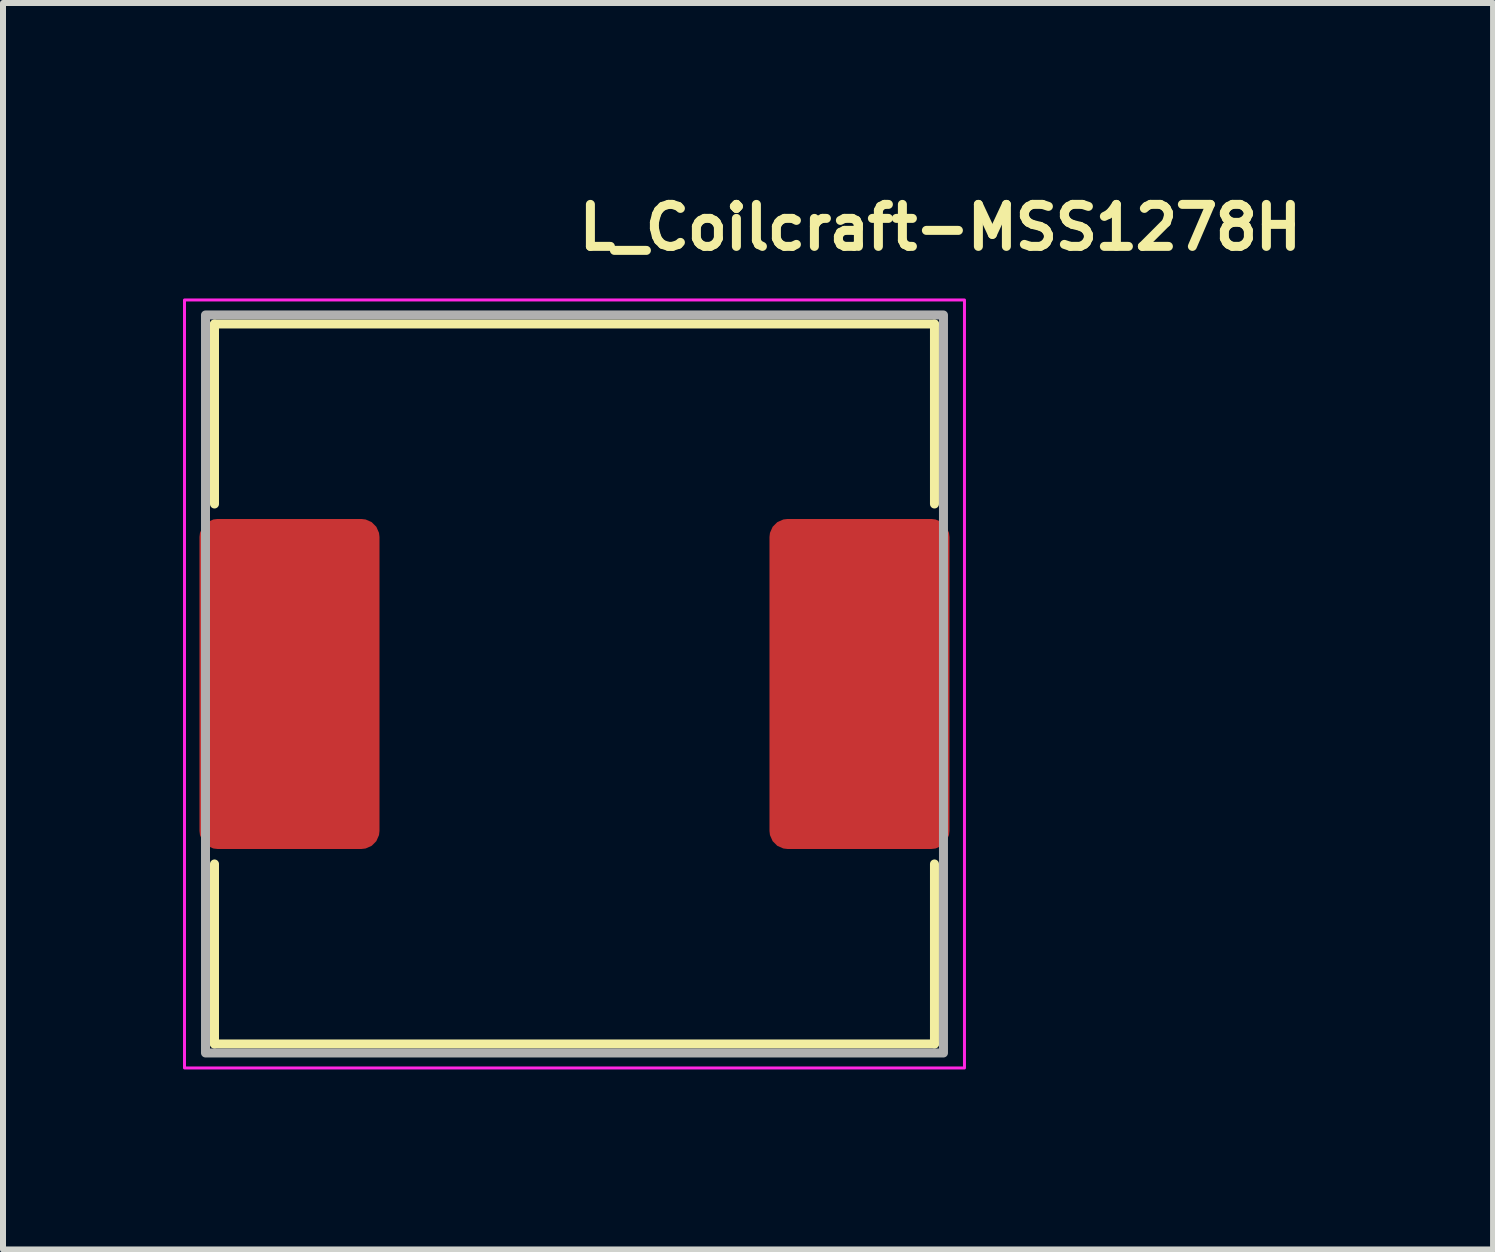
<source format=kicad_pcb>
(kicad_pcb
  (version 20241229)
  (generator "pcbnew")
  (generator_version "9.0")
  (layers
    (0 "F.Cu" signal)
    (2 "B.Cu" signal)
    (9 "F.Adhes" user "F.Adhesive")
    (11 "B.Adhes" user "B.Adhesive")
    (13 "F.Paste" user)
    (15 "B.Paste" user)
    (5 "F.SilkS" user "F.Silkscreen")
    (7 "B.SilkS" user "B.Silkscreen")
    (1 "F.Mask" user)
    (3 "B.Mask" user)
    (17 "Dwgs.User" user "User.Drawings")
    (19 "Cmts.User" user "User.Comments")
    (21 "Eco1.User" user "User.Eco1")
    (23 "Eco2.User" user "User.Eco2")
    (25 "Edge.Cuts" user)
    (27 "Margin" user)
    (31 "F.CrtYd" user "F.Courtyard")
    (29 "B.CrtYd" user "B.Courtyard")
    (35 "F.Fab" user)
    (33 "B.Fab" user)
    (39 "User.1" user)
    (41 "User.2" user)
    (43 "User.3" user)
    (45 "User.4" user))
  (footprint "L_Coilcraft-MSS1278H"
    (layer "F.Cu")
    (at 6.525 8.35)
    (property "Reference" "L_Coilcraft-MSS1278H" (at 0 -7.2 0) (layer "F.SilkS") (effects (font (size 0.7 0.7) (thickness 0.15)) (justify left bottom)))
    (attr smd)
    (fp_line (start -6 -6) (end 6 -6) (stroke (width 0.15) (type solid)) (layer "F.SilkS"))
    (fp_line (start -6 -3) (end -6 -6) (stroke (width 0.15) (type solid)) (layer "F.SilkS"))
    (fp_line (start -6 3) (end -6 6) (stroke (width 0.15) (type solid)) (layer "F.SilkS"))
    (fp_line (start 6 -3) (end 6 -6) (stroke (width 0.15) (type solid)) (layer "F.SilkS"))
    (fp_line (start 6 3) (end 6 6) (stroke (width 0.15) (type solid)) (layer "F.SilkS"))
    (fp_line (start 6 6) (end -6 6) (stroke (width 0.15) (type solid)) (layer "F.SilkS"))
    (fp_rect (start -6.5 -6.4) (end 6.5 6.4) (stroke (width 0.05) (type solid)) (fill no) (layer "F.CrtYd"))
    (fp_rect (start -6.15 -6.15) (end 6.15 6.15) (stroke (width 0.15) (type solid)) (fill no) (layer "F.Fab"))
    (fp_rect (start -6.15 -6.15) (end 6.15 6.15) (stroke (width 0.1) (type solid)) (fill no) (layer "User.5"))
    (fp_line (start -6.15 -3.65) (end -6.15 3.65) (stroke (width 0.02) (type solid)) (layer "User.9"))
    (fp_line (start -6.15 3.65) (end -6.146 3.773) (stroke (width 0.02) (type solid)) (layer "User.9"))
    (fp_line (start -6.146 -3.773) (end -6.15 -3.65) (stroke (width 0.02) (type solid)) (layer "User.9"))
    (fp_line (start -6.146 3.773) (end -6.136 3.896) (stroke (width 0.02) (type solid)) (layer "User.9"))
    (fp_line (start -6.136 -3.896) (end -6.146 -3.773) (stroke (width 0.02) (type solid)) (layer "User.9"))
    (fp_line (start -6.136 3.896) (end -6.122 4.019) (stroke (width 0.02) (type solid)) (layer "User.9"))
    (fp_line (start -6.122 -4.019) (end -6.136 -3.896) (stroke (width 0.02) (type solid)) (layer "User.9"))
    (fp_line (start -6.122 4.019) (end -6.101 4.14) (stroke (width 0.02) (type solid)) (layer "User.9"))
    (fp_line (start -6.101 -4.14) (end -6.122 -4.019) (stroke (width 0.02) (type solid)) (layer "User.9"))
    (fp_line (start -6.101 4.14) (end -6.074 4.259) (stroke (width 0.02) (type solid)) (layer "User.9"))
    (fp_line (start -6.074 -4.259) (end -6.101 -4.14) (stroke (width 0.02) (type solid)) (layer "User.9"))
    (fp_line (start -6.074 4.259) (end -6.041 4.377) (stroke (width 0.02) (type solid)) (layer "User.9"))
    (fp_line (start -6.041 -4.377) (end -6.074 -4.259) (stroke (width 0.02) (type solid)) (layer "User.9"))
    (fp_line (start -6.041 4.377) (end -6.003 4.492) (stroke (width 0.02) (type solid)) (layer "User.9"))
    (fp_line (start -6.003 -4.492) (end -6.041 -4.377) (stroke (width 0.02) (type solid)) (layer "User.9"))
    (fp_line (start -6.003 4.492) (end -5.958 4.606) (stroke (width 0.02) (type solid)) (layer "User.9"))
    (fp_line (start -5.958 -4.606) (end -6.003 -4.492) (stroke (width 0.02) (type solid)) (layer "User.9"))
    (fp_line (start -5.958 4.606) (end -5.91 4.718) (stroke (width 0.02) (type solid)) (layer "User.9"))
    (fp_line (start -5.91 -4.718) (end -5.958 -4.606) (stroke (width 0.02) (type solid)) (layer "User.9"))
    (fp_line (start -5.91 4.718) (end -5.855 4.827) (stroke (width 0.02) (type solid)) (layer "User.9"))
    (fp_line (start -5.855 -4.827) (end -5.91 -4.718) (stroke (width 0.02) (type solid)) (layer "User.9"))
    (fp_line (start -5.855 4.827) (end -5.795 4.933) (stroke (width 0.02) (type solid)) (layer "User.9"))
    (fp_line (start -5.795 -4.933) (end -5.855 -4.827) (stroke (width 0.02) (type solid)) (layer "User.9"))
    (fp_line (start -5.795 4.933) (end -5.729 5.037) (stroke (width 0.02) (type solid)) (layer "User.9"))
    (fp_line (start -5.729 -5.037) (end -5.795 -4.933) (stroke (width 0.02) (type solid)) (layer "User.9"))
    (fp_line (start -5.729 5.037) (end -5.659 5.136) (stroke (width 0.02) (type solid)) (layer "User.9"))
    (fp_line (start -5.659 -5.136) (end -5.729 -5.037) (stroke (width 0.02) (type solid)) (layer "User.9"))
    (fp_line (start -5.659 5.136) (end -5.583 5.234) (stroke (width 0.02) (type solid)) (layer "User.9"))
    (fp_line (start -5.583 -5.234) (end -5.659 -5.136) (stroke (width 0.02) (type solid)) (layer "User.9"))
    (fp_line (start -5.583 5.234) (end -5.503 5.327) (stroke (width 0.02) (type solid)) (layer "User.9"))
    (fp_line (start -5.503 -5.327) (end -5.583 -5.234) (stroke (width 0.02) (type solid)) (layer "User.9"))
    (fp_line (start -5.503 5.327) (end -5.417 5.417) (stroke (width 0.02) (type solid)) (layer "User.9"))
    (fp_line (start -5.417 -5.417) (end -5.503 -5.327) (stroke (width 0.02) (type solid)) (layer "User.9"))
    (fp_line (start -5.417 -5.417) (end -5.417 -5.417) (stroke (width 0.02) (type solid)) (layer "User.9"))
    (fp_line (start -5.417 5.417) (end -5.417 5.417) (stroke (width 0.02) (type solid)) (layer "User.9"))
    (fp_line (start -5.417 5.417) (end -5.327 5.503) (stroke (width 0.02) (type solid)) (layer "User.9"))
    (fp_line (start -5.327 -5.503) (end -5.417 -5.417) (stroke (width 0.02) (type solid)) (layer "User.9"))
    (fp_line (start -5.327 5.503) (end -5.234 5.583) (stroke (width 0.02) (type solid)) (layer "User.9"))
    (fp_line (start -5.234 -5.583) (end -5.327 -5.503) (stroke (width 0.02) (type solid)) (layer "User.9"))
    (fp_line (start -5.234 5.583) (end -5.136 5.659) (stroke (width 0.02) (type solid)) (layer "User.9"))
    (fp_line (start -5.136 -5.659) (end -5.234 -5.583) (stroke (width 0.02) (type solid)) (layer "User.9"))
    (fp_line (start -5.136 5.659) (end -5.037 5.729) (stroke (width 0.02) (type solid)) (layer "User.9"))
    (fp_line (start -5.05 0) (end -5.038 -0.336) (stroke (width 0.02) (type solid)) (layer "User.9"))
    (fp_line (start -5.047 0.168) (end -5.05 0) (stroke (width 0.02) (type solid)) (layer "User.9"))
    (fp_line (start -5.038 -0.336) (end -5.005 -0.668) (stroke (width 0.02) (type solid)) (layer "User.9"))
    (fp_line (start -5.038 0.336) (end -5.047 0.168) (stroke (width 0.02) (type solid)) (layer "User.9"))
    (fp_line (start -5.037 -5.729) (end -5.136 -5.659) (stroke (width 0.02) (type solid)) (layer "User.9"))
    (fp_line (start -5.037 5.729) (end -4.933 5.795) (stroke (width 0.02) (type solid)) (layer "User.9"))
    (fp_line (start -5.024 0.503) (end -5.038 0.336) (stroke (width 0.02) (type solid)) (layer "User.9"))
    (fp_line (start -5.005 -0.668) (end -4.95 -0.996) (stroke (width 0.02) (type solid)) (layer "User.9"))
    (fp_line (start -5.005 0.668) (end -5.024 0.503) (stroke (width 0.02) (type solid)) (layer "User.9"))
    (fp_line (start -5 0) (end -4.988 -0.333) (stroke (width 0.02) (type solid)) (layer "User.9"))
    (fp_line (start -4.997 0.167) (end -5 0) (stroke (width 0.02) (type solid)) (layer "User.9"))
    (fp_line (start -4.988 -0.333) (end -4.956 -0.662) (stroke (width 0.02) (type solid)) (layer "User.9"))
    (fp_line (start -4.988 0.333) (end -4.997 0.167) (stroke (width 0.02) (type solid)) (layer "User.9"))
    (fp_line (start -4.98 0.833) (end -5.005 0.668) (stroke (width 0.02) (type solid)) (layer "User.9"))
    (fp_line (start -4.974 0.498) (end -4.988 0.333) (stroke (width 0.02) (type solid)) (layer "User.9"))
    (fp_line (start -4.956 -0.662) (end -4.901 -0.986) (stroke (width 0.02) (type solid)) (layer "User.9"))
    (fp_line (start -4.956 0.662) (end -4.974 0.498) (stroke (width 0.02) (type solid)) (layer "User.9"))
    (fp_line (start -4.95 -0.996) (end -4.875 -1.317) (stroke (width 0.02) (type solid)) (layer "User.9"))
    (fp_line (start -4.95 0.996) (end -4.98 0.833) (stroke (width 0.02) (type solid)) (layer "User.9"))
    (fp_line (start -4.933 -5.795) (end -5.037 -5.729) (stroke (width 0.02) (type solid)) (layer "User.9"))
    (fp_line (start -4.933 5.795) (end -4.827 5.855) (stroke (width 0.02) (type solid)) (layer "User.9"))
    (fp_line (start -4.931 0.824) (end -4.956 0.662) (stroke (width 0.02) (type solid)) (layer "User.9"))
    (fp_line (start -4.915 1.157) (end -4.95 0.996) (stroke (width 0.02) (type solid)) (layer "User.9"))
    (fp_line (start -4.901 -0.986) (end -4.825 -1.304) (stroke (width 0.02) (type solid)) (layer "User.9"))
    (fp_line (start -4.901 0.986) (end -4.931 0.824) (stroke (width 0.02) (type solid)) (layer "User.9"))
    (fp_line (start -4.875 -1.317) (end -4.779 -1.631) (stroke (width 0.02) (type solid)) (layer "User.9"))
    (fp_line (start -4.875 1.317) (end -4.915 1.157) (stroke (width 0.02) (type solid)) (layer "User.9"))
    (fp_line (start -4.866 1.145) (end -4.901 0.986) (stroke (width 0.02) (type solid)) (layer "User.9"))
    (fp_line (start -4.829 1.475) (end -4.875 1.317) (stroke (width 0.02) (type solid)) (layer "User.9"))
    (fp_line (start -4.827 -5.855) (end -4.933 -5.795) (stroke (width 0.02) (type solid)) (layer "User.9"))
    (fp_line (start -4.827 5.855) (end -4.718 5.91) (stroke (width 0.02) (type solid)) (layer "User.9"))
    (fp_line (start -4.825 -1.304) (end -4.731 -1.615) (stroke (width 0.02) (type solid)) (layer "User.9"))
    (fp_line (start -4.825 1.304) (end -4.866 1.145) (stroke (width 0.02) (type solid)) (layer "User.9"))
    (fp_line (start -4.781 1.461) (end -4.825 1.304) (stroke (width 0.02) (type solid)) (layer "User.9"))
    (fp_line (start -4.779 -1.631) (end -4.663 -1.938) (stroke (width 0.02) (type solid)) (layer "User.9"))
    (fp_line (start -4.779 1.631) (end -4.829 1.475) (stroke (width 0.02) (type solid)) (layer "User.9"))
    (fp_line (start -4.731 -1.615) (end -4.616 -1.919) (stroke (width 0.02) (type solid)) (layer "User.9"))
    (fp_line (start -4.731 1.615) (end -4.781 1.461) (stroke (width 0.02) (type solid)) (layer "User.9"))
    (fp_line (start -4.723 1.786) (end -4.779 1.631) (stroke (width 0.02) (type solid)) (layer "User.9"))
    (fp_line (start -4.718 -5.91) (end -4.827 -5.855) (stroke (width 0.02) (type solid)) (layer "User.9"))
    (fp_line (start -4.718 5.91) (end -4.606 5.958) (stroke (width 0.02) (type solid)) (layer "User.9"))
    (fp_line (start -4.676 1.768) (end -4.731 1.615) (stroke (width 0.02) (type solid)) (layer "User.9"))
    (fp_line (start -4.663 -1.938) (end -4.527 -2.236) (stroke (width 0.02) (type solid)) (layer "User.9"))
    (fp_line (start -4.663 1.938) (end -4.723 1.786) (stroke (width 0.02) (type solid)) (layer "User.9"))
    (fp_line (start -4.616 -1.919) (end -4.482 -2.214) (stroke (width 0.02) (type solid)) (layer "User.9"))
    (fp_line (start -4.616 1.919) (end -4.676 1.768) (stroke (width 0.02) (type solid)) (layer "User.9"))
    (fp_line (start -4.606 -5.958) (end -4.718 -5.91) (stroke (width 0.02) (type solid)) (layer "User.9"))
    (fp_line (start -4.606 5.958) (end -4.492 6.003) (stroke (width 0.02) (type solid)) (layer "User.9"))
    (fp_line (start -4.597 2.088) (end -4.663 1.938) (stroke (width 0.02) (type solid)) (layer "User.9"))
    (fp_line (start -4.551 2.068) (end -4.616 1.919) (stroke (width 0.02) (type solid)) (layer "User.9"))
    (fp_line (start -4.527 -2.236) (end -4.373 -2.525) (stroke (width 0.02) (type solid)) (layer "User.9"))
    (fp_line (start -4.527 2.236) (end -4.597 2.088) (stroke (width 0.02) (type solid)) (layer "User.9"))
    (fp_line (start -4.492 -6.003) (end -4.606 -5.958) (stroke (width 0.02) (type solid)) (layer "User.9"))
    (fp_line (start -4.492 6.003) (end -4.377 6.041) (stroke (width 0.02) (type solid)) (layer "User.9"))
    (fp_line (start -4.482 -2.214) (end -4.33 -2.5) (stroke (width 0.02) (type solid)) (layer "User.9"))
    (fp_line (start -4.482 2.214) (end -4.551 2.068) (stroke (width 0.02) (type solid)) (layer "User.9"))
    (fp_line (start -4.452 2.382) (end -4.527 2.236) (stroke (width 0.02) (type solid)) (layer "User.9"))
    (fp_line (start -4.408 2.358) (end -4.482 2.214) (stroke (width 0.02) (type solid)) (layer "User.9"))
    (fp_line (start -4.377 -6.041) (end -4.492 -6.003) (stroke (width 0.02) (type solid)) (layer "User.9"))
    (fp_line (start -4.377 6.041) (end -4.259 6.074) (stroke (width 0.02) (type solid)) (layer "User.9"))
    (fp_line (start -4.373 -2.525) (end -4.2 -2.802) (stroke (width 0.02) (type solid)) (layer "User.9"))
    (fp_line (start -4.373 2.525) (end -4.452 2.382) (stroke (width 0.02) (type solid)) (layer "User.9"))
    (fp_line (start -4.33 -2.5) (end -4.159 -2.774) (stroke (width 0.02) (type solid)) (layer "User.9"))
    (fp_line (start -4.33 2.5) (end -4.408 2.358) (stroke (width 0.02) (type solid)) (layer "User.9"))
    (fp_line (start -4.289 2.665) (end -4.373 2.525) (stroke (width 0.02) (type solid)) (layer "User.9"))
    (fp_line (start -4.259 -6.074) (end -4.377 -6.041) (stroke (width 0.02) (type solid)) (layer "User.9"))
    (fp_line (start -4.259 6.074) (end -4.14 6.101) (stroke (width 0.02) (type solid)) (layer "User.9"))
    (fp_line (start -4.246 2.638) (end -4.33 2.5) (stroke (width 0.02) (type solid)) (layer "User.9"))
    (fp_line (start -4.2 -2.802) (end -4.009 -3.068) (stroke (width 0.02) (type solid)) (layer "User.9"))
    (fp_line (start -4.2 2.802) (end -4.289 2.665) (stroke (width 0.02) (type solid)) (layer "User.9"))
    (fp_line (start -4.159 -2.774) (end -3.97 -3.037) (stroke (width 0.02) (type solid)) (layer "User.9"))
    (fp_line (start -4.159 2.774) (end -4.246 2.638) (stroke (width 0.02) (type solid)) (layer "User.9"))
    (fp_line (start -4.14 -6.101) (end -4.259 -6.074) (stroke (width 0.02) (type solid)) (layer "User.9"))
    (fp_line (start -4.14 6.101) (end -4.019 6.122) (stroke (width 0.02) (type solid)) (layer "User.9"))
    (fp_line (start -4.107 2.936) (end -4.2 2.802) (stroke (width 0.02) (type solid)) (layer "User.9"))
    (fp_line (start -4.067 2.908) (end -4.159 2.774) (stroke (width 0.02) (type solid)) (layer "User.9"))
    (fp_line (start -4.019 -6.122) (end -4.14 -6.101) (stroke (width 0.02) (type solid)) (layer "User.9"))
    (fp_line (start -4.019 6.122) (end -3.896 6.136) (stroke (width 0.02) (type solid)) (layer "User.9"))
    (fp_line (start -4.009 -3.068) (end -3.802 -3.322) (stroke (width 0.02) (type solid)) (layer "User.9"))
    (fp_line (start -4.009 3.068) (end -4.107 2.936) (stroke (width 0.02) (type solid)) (layer "User.9"))
    (fp_line (start -3.97 -3.037) (end -3.765 -3.289) (stroke (width 0.02) (type solid)) (layer "User.9"))
    (fp_line (start -3.97 3.037) (end -4.067 2.908) (stroke (width 0.02) (type solid)) (layer "User.9"))
    (fp_line (start -3.908 3.197) (end -4.009 3.068) (stroke (width 0.02) (type solid)) (layer "User.9"))
    (fp_line (start -3.896 -6.136) (end -4.019 -6.122) (stroke (width 0.02) (type solid)) (layer "User.9"))
    (fp_line (start -3.896 6.136) (end -3.773 6.146) (stroke (width 0.02) (type solid)) (layer "User.9"))
    (fp_line (start -3.87 3.165) (end -3.97 3.037) (stroke (width 0.02) (type solid)) (layer "User.9"))
    (fp_line (start -3.802 -3.322) (end -3.578 -3.563) (stroke (width 0.02) (type solid)) (layer "User.9"))
    (fp_line (start -3.802 3.322) (end -3.908 3.197) (stroke (width 0.02) (type solid)) (layer "User.9"))
    (fp_line (start -3.773 -6.146) (end -3.896 -6.136) (stroke (width 0.02) (type solid)) (layer "User.9"))
    (fp_line (start -3.773 6.146) (end -3.65 6.15) (stroke (width 0.02) (type solid)) (layer "User.9"))
    (fp_line (start -3.765 -3.289) (end -3.543 -3.527) (stroke (width 0.02) (type solid)) (layer "User.9"))
    (fp_line (start -3.765 3.289) (end -3.87 3.165) (stroke (width 0.02) (type solid)) (layer "User.9"))
    (fp_line (start -3.692 3.444) (end -3.802 3.322) (stroke (width 0.02) (type solid)) (layer "User.9"))
    (fp_line (start -3.656 3.41) (end -3.765 3.289) (stroke (width 0.02) (type solid)) (layer "User.9"))
    (fp_line (start -3.65 -6.15) (end -3.773 -6.146) (stroke (width 0.02) (type solid)) (layer "User.9"))
    (fp_line (start -3.65 6.15) (end 3.65 6.15) (stroke (width 0.02) (type solid)) (layer "User.9"))
    (fp_line (start -3.578 -3.563) (end -3.338 -3.789) (stroke (width 0.02) (type solid)) (layer "User.9"))
    (fp_line (start -3.578 3.563) (end -3.692 3.444) (stroke (width 0.02) (type solid)) (layer "User.9"))
    (fp_line (start -3.543 -3.527) (end -3.305 -3.751) (stroke (width 0.02) (type solid)) (layer "User.9"))
    (fp_line (start -3.543 3.527) (end -3.656 3.41) (stroke (width 0.02) (type solid)) (layer "User.9"))
    (fp_line (start -3.46 3.678) (end -3.578 3.563) (stroke (width 0.02) (type solid)) (layer "User.9"))
    (fp_line (start -3.426 3.641) (end -3.543 3.527) (stroke (width 0.02) (type solid)) (layer "User.9"))
    (fp_line (start -3.338 -3.789) (end -3.082 -4) (stroke (width 0.02) (type solid)) (layer "User.9"))
    (fp_line (start -3.338 3.789) (end -3.46 3.678) (stroke (width 0.02) (type solid)) (layer "User.9"))
    (fp_line (start -3.305 -3.751) (end -3.051 -3.96) (stroke (width 0.02) (type solid)) (layer "User.9"))
    (fp_line (start -3.305 3.751) (end -3.426 3.641) (stroke (width 0.02) (type solid)) (layer "User.9"))
    (fp_line (start -3.212 3.896) (end -3.338 3.789) (stroke (width 0.02) (type solid)) (layer "User.9"))
    (fp_line (start -3.18 3.858) (end -3.305 3.751) (stroke (width 0.02) (type solid)) (layer "User.9"))
    (fp_line (start -3.082 -4) (end -2.81 -4.195) (stroke (width 0.02) (type solid)) (layer "User.9"))
    (fp_line (start -3.082 4) (end -3.212 3.896) (stroke (width 0.02) (type solid)) (layer "User.9"))
    (fp_line (start -3.051 -3.96) (end -2.783 -4.152) (stroke (width 0.02) (type solid)) (layer "User.9"))
    (fp_line (start -3.051 3.96) (end -3.18 3.858) (stroke (width 0.02) (type solid)) (layer "User.9"))
    (fp_line (start -2.948 4.1) (end -3.082 4) (stroke (width 0.02) (type solid)) (layer "User.9"))
    (fp_line (start -2.919 4.059) (end -3.051 3.96) (stroke (width 0.02) (type solid)) (layer "User.9"))
    (fp_line (start -2.81 -4.195) (end -2.525 -4.373) (stroke (width 0.02) (type solid)) (layer "User.9"))
    (fp_line (start -2.81 4.195) (end -2.948 4.1) (stroke (width 0.02) (type solid)) (layer "User.9"))
    (fp_line (start -2.783 -4.152) (end -2.5 -4.33) (stroke (width 0.02) (type solid)) (layer "User.9"))
    (fp_line (start -2.783 4.152) (end -2.919 4.059) (stroke (width 0.02) (type solid)) (layer "User.9"))
    (fp_line (start -2.669 4.285) (end -2.81 4.195) (stroke (width 0.02) (type solid)) (layer "User.9"))
    (fp_line (start -2.642 4.244) (end -2.783 4.152) (stroke (width 0.02) (type solid)) (layer "User.9"))
    (fp_line (start -2.525 -4.373) (end -2.525 -4.373) (stroke (width 0.02) (type solid)) (layer "User.9"))
    (fp_line (start -2.525 -4.373) (end -2.227 -4.532) (stroke (width 0.02) (type solid)) (layer "User.9"))
    (fp_line (start -2.525 4.373) (end -2.669 4.285) (stroke (width 0.02) (type solid)) (layer "User.9"))
    (fp_line (start -2.525 4.373) (end -2.525 4.373) (stroke (width 0.02) (type solid)) (layer "User.9"))
    (fp_line (start -2.5 -4.33) (end -2.5 -4.33) (stroke (width 0.02) (type solid)) (layer "User.9"))
    (fp_line (start -2.5 -4.33) (end -2.205 -4.487) (stroke (width 0.02) (type solid)) (layer "User.9"))
    (fp_line (start -2.5 4.33) (end -2.642 4.244) (stroke (width 0.02) (type solid)) (layer "User.9"))
    (fp_line (start -2.5 4.33) (end -2.5 4.33) (stroke (width 0.02) (type solid)) (layer "User.9"))
    (fp_line (start -2.227 -4.532) (end -1.923 -4.668) (stroke (width 0.02) (type solid)) (layer "User.9"))
    (fp_line (start -2.227 4.532) (end -2.525 4.373) (stroke (width 0.02) (type solid)) (layer "User.9"))
    (fp_line (start -2.205 -4.487) (end -1.903 -4.623) (stroke (width 0.02) (type solid)) (layer "User.9"))
    (fp_line (start -2.205 4.487) (end -2.5 4.33) (stroke (width 0.02) (type solid)) (layer "User.9"))
    (fp_line (start -1.923 -4.668) (end -1.612 -4.785) (stroke (width 0.02) (type solid)) (layer "User.9"))
    (fp_line (start -1.923 4.668) (end -2.227 4.532) (stroke (width 0.02) (type solid)) (layer "User.9"))
    (fp_line (start -1.903 -4.623) (end -1.596 -4.738) (stroke (width 0.02) (type solid)) (layer "User.9"))
    (fp_line (start -1.903 4.623) (end -2.205 4.487) (stroke (width 0.02) (type solid)) (layer "User.9"))
    (fp_line (start -1.612 -4.785) (end -1.296 -4.88) (stroke (width 0.02) (type solid)) (layer "User.9"))
    (fp_line (start -1.612 4.785) (end -1.923 4.668) (stroke (width 0.02) (type solid)) (layer "User.9"))
    (fp_line (start -1.596 -4.738) (end -1.283 -4.832) (stroke (width 0.02) (type solid)) (layer "User.9"))
    (fp_line (start -1.596 4.738) (end -1.903 4.623) (stroke (width 0.02) (type solid)) (layer "User.9"))
    (fp_line (start -1.296 -4.88) (end -0.976 -4.954) (stroke (width 0.02) (type solid)) (layer "User.9"))
    (fp_line (start -1.296 4.88) (end -1.612 4.785) (stroke (width 0.02) (type solid)) (layer "User.9"))
    (fp_line (start -1.283 -4.832) (end -0.966 -4.905) (stroke (width 0.02) (type solid)) (layer "User.9"))
    (fp_line (start -1.283 4.832) (end -1.596 4.738) (stroke (width 0.02) (type solid)) (layer "User.9"))
    (fp_line (start -0.976 -4.954) (end -0.652 -5.007) (stroke (width 0.02) (type solid)) (layer "User.9"))
    (fp_line (start -0.976 4.954) (end -1.296 4.88) (stroke (width 0.02) (type solid)) (layer "User.9"))
    (fp_line (start -0.966 -4.905) (end -0.646 -4.958) (stroke (width 0.02) (type solid)) (layer "User.9"))
    (fp_line (start -0.966 4.905) (end -1.283 4.832) (stroke (width 0.02) (type solid)) (layer "User.9"))
    (fp_line (start -0.652 -5.007) (end -0.326 -5.039) (stroke (width 0.02) (type solid)) (layer "User.9"))
    (fp_line (start -0.652 5.007) (end -0.976 4.954) (stroke (width 0.02) (type solid)) (layer "User.9"))
    (fp_line (start -0.646 -4.958) (end -0.323 -4.989) (stroke (width 0.02) (type solid)) (layer "User.9"))
    (fp_line (start -0.646 4.958) (end -0.966 4.905) (stroke (width 0.02) (type solid)) (layer "User.9"))
    (fp_line (start -0.326 -5.039) (end 0 -5.05) (stroke (width 0.02) (type solid)) (layer "User.9"))
    (fp_line (start -0.326 5.039) (end -0.652 5.007) (stroke (width 0.02) (type solid)) (layer "User.9"))
    (fp_line (start -0.323 -4.989) (end 0 -5) (stroke (width 0.02) (type solid)) (layer "User.9"))
    (fp_line (start -0.323 4.989) (end -0.646 4.958) (stroke (width 0.02) (type solid)) (layer "User.9"))
    (fp_line (start 0 -5.05) (end 0.326 -5.039) (stroke (width 0.02) (type solid)) (layer "User.9"))
    (fp_line (start 0 -5) (end 0.323 -4.989) (stroke (width 0.02) (type solid)) (layer "User.9"))
    (fp_line (start 0 5) (end -0.323 4.989) (stroke (width 0.02) (type solid)) (layer "User.9"))
    (fp_line (start 0 5.05) (end -0.326 5.039) (stroke (width 0.02) (type solid)) (layer "User.9"))
    (fp_line (start 0.323 -4.989) (end 0.646 -4.958) (stroke (width 0.02) (type solid)) (layer "User.9"))
    (fp_line (start 0.323 4.989) (end 0 5) (stroke (width 0.02) (type solid)) (layer "User.9"))
    (fp_line (start 0.326 -5.039) (end 0.652 -5.007) (stroke (width 0.02) (type solid)) (layer "User.9"))
    (fp_line (start 0.326 5.039) (end 0 5.05) (stroke (width 0.02) (type solid)) (layer "User.9"))
    (fp_line (start 0.646 -4.958) (end 0.966 -4.905) (stroke (width 0.02) (type solid)) (layer "User.9"))
    (fp_line (start 0.646 4.958) (end 0.323 4.989) (stroke (width 0.02) (type solid)) (layer "User.9"))
    (fp_line (start 0.652 -5.007) (end 0.976 -4.954) (stroke (width 0.02) (type solid)) (layer "User.9"))
    (fp_line (start 0.652 5.007) (end 0.326 5.039) (stroke (width 0.02) (type solid)) (layer "User.9"))
    (fp_line (start 0.966 -4.905) (end 1.283 -4.832) (stroke (width 0.02) (type solid)) (layer "User.9"))
    (fp_line (start 0.966 4.905) (end 0.646 4.958) (stroke (width 0.02) (type solid)) (layer "User.9"))
    (fp_line (start 0.976 -4.954) (end 1.296 -4.88) (stroke (width 0.02) (type solid)) (layer "User.9"))
    (fp_line (start 0.976 4.954) (end 0.652 5.007) (stroke (width 0.02) (type solid)) (layer "User.9"))
    (fp_line (start 1.283 -4.832) (end 1.596 -4.738) (stroke (width 0.02) (type solid)) (layer "User.9"))
    (fp_line (start 1.283 4.832) (end 0.966 4.905) (stroke (width 0.02) (type solid)) (layer "User.9"))
    (fp_line (start 1.296 -4.88) (end 1.612 -4.785) (stroke (width 0.02) (type solid)) (layer "User.9"))
    (fp_line (start 1.296 4.88) (end 0.976 4.954) (stroke (width 0.02) (type solid)) (layer "User.9"))
    (fp_line (start 1.596 -4.738) (end 1.903 -4.623) (stroke (width 0.02) (type solid)) (layer "User.9"))
    (fp_line (start 1.596 4.738) (end 1.283 4.832) (stroke (width 0.02) (type solid)) (layer "User.9"))
    (fp_line (start 1.612 -4.785) (end 1.923 -4.668) (stroke (width 0.02) (type solid)) (layer "User.9"))
    (fp_line (start 1.612 4.785) (end 1.296 4.88) (stroke (width 0.02) (type solid)) (layer "User.9"))
    (fp_line (start 1.903 -4.623) (end 2.205 -4.487) (stroke (width 0.02) (type solid)) (layer "User.9"))
    (fp_line (start 1.903 4.623) (end 1.596 4.738) (stroke (width 0.02) (type solid)) (layer "User.9"))
    (fp_line (start 1.923 -4.668) (end 2.227 -4.532) (stroke (width 0.02) (type solid)) (layer "User.9"))
    (fp_line (start 1.923 4.668) (end 1.612 4.785) (stroke (width 0.02) (type solid)) (layer "User.9"))
    (fp_line (start 2.205 -4.487) (end 2.5 -4.33) (stroke (width 0.02) (type solid)) (layer "User.9"))
    (fp_line (start 2.205 4.487) (end 1.903 4.623) (stroke (width 0.02) (type solid)) (layer "User.9"))
    (fp_line (start 2.227 -4.532) (end 2.525 -4.373) (stroke (width 0.02) (type solid)) (layer "User.9"))
    (fp_line (start 2.227 4.532) (end 1.923 4.668) (stroke (width 0.02) (type solid)) (layer "User.9"))
    (fp_line (start 2.5 -4.33) (end 2.5 -4.33) (stroke (width 0.02) (type solid)) (layer "User.9"))
    (fp_line (start 2.5 -4.33) (end 2.642 -4.244) (stroke (width 0.02) (type solid)) (layer "User.9"))
    (fp_line (start 2.5 4.33) (end 2.205 4.487) (stroke (width 0.02) (type solid)) (layer "User.9"))
    (fp_line (start 2.5 4.33) (end 2.5 4.33) (stroke (width 0.02) (type solid)) (layer "User.9"))
    (fp_line (start 2.525 -4.373) (end 2.525 -4.373) (stroke (width 0.02) (type solid)) (layer "User.9"))
    (fp_line (start 2.525 -4.373) (end 2.669 -4.285) (stroke (width 0.02) (type solid)) (layer "User.9"))
    (fp_line (start 2.525 4.373) (end 2.227 4.532) (stroke (width 0.02) (type solid)) (layer "User.9"))
    (fp_line (start 2.525 4.373) (end 2.525 4.373) (stroke (width 0.02) (type solid)) (layer "User.9"))
    (fp_line (start 2.642 -4.244) (end 2.783 -4.152) (stroke (width 0.02) (type solid)) (layer "User.9"))
    (fp_line (start 2.669 -4.285) (end 2.81 -4.195) (stroke (width 0.02) (type solid)) (layer "User.9"))
    (fp_line (start 2.783 -4.152) (end 2.919 -4.059) (stroke (width 0.02) (type solid)) (layer "User.9"))
    (fp_line (start 2.783 4.152) (end 2.5 4.33) (stroke (width 0.02) (type solid)) (layer "User.9"))
    (fp_line (start 2.81 -4.195) (end 2.948 -4.1) (stroke (width 0.02) (type solid)) (layer "User.9"))
    (fp_line (start 2.81 4.195) (end 2.525 4.373) (stroke (width 0.02) (type solid)) (layer "User.9"))
    (fp_line (start 2.919 -4.059) (end 3.051 -3.96) (stroke (width 0.02) (type solid)) (layer "User.9"))
    (fp_line (start 2.948 -4.1) (end 3.082 -4) (stroke (width 0.02) (type solid)) (layer "User.9"))
    (fp_line (start 3.051 -3.96) (end 3.18 -3.858) (stroke (width 0.02) (type solid)) (layer "User.9"))
    (fp_line (start 3.051 3.96) (end 2.783 4.152) (stroke (width 0.02) (type solid)) (layer "User.9"))
    (fp_line (start 3.082 -4) (end 3.212 -3.896) (stroke (width 0.02) (type solid)) (layer "User.9"))
    (fp_line (start 3.082 4) (end 2.81 4.195) (stroke (width 0.02) (type solid)) (layer "User.9"))
    (fp_line (start 3.18 -3.858) (end 3.305 -3.751) (stroke (width 0.02) (type solid)) (layer "User.9"))
    (fp_line (start 3.212 -3.896) (end 3.338 -3.789) (stroke (width 0.02) (type solid)) (layer "User.9"))
    (fp_line (start 3.305 -3.751) (end 3.426 -3.641) (stroke (width 0.02) (type solid)) (layer "User.9"))
    (fp_line (start 3.305 3.751) (end 3.051 3.96) (stroke (width 0.02) (type solid)) (layer "User.9"))
    (fp_line (start 3.338 -3.789) (end 3.46 -3.678) (stroke (width 0.02) (type solid)) (layer "User.9"))
    (fp_line (start 3.338 3.789) (end 3.082 4) (stroke (width 0.02) (type solid)) (layer "User.9"))
    (fp_line (start 3.426 -3.641) (end 3.543 -3.527) (stroke (width 0.02) (type solid)) (layer "User.9"))
    (fp_line (start 3.46 -3.678) (end 3.578 -3.563) (stroke (width 0.02) (type solid)) (layer "User.9"))
    (fp_line (start 3.543 -3.527) (end 3.656 -3.41) (stroke (width 0.02) (type solid)) (layer "User.9"))
    (fp_line (start 3.543 3.527) (end 3.305 3.751) (stroke (width 0.02) (type solid)) (layer "User.9"))
    (fp_line (start 3.578 -3.563) (end 3.692 -3.444) (stroke (width 0.02) (type solid)) (layer "User.9"))
    (fp_line (start 3.578 3.563) (end 3.338 3.789) (stroke (width 0.02) (type solid)) (layer "User.9"))
    (fp_line (start 3.65 -6.15) (end -3.65 -6.15) (stroke (width 0.02) (type solid)) (layer "User.9"))
    (fp_line (start 3.65 6.15) (end 3.773 6.146) (stroke (width 0.02) (type solid)) (layer "User.9"))
    (fp_line (start 3.656 -3.41) (end 3.765 -3.289) (stroke (width 0.02) (type solid)) (layer "User.9"))
    (fp_line (start 3.692 -3.444) (end 3.802 -3.322) (stroke (width 0.02) (type solid)) (layer "User.9"))
    (fp_line (start 3.765 -3.289) (end 3.87 -3.165) (stroke (width 0.02) (type solid)) (layer "User.9"))
    (fp_line (start 3.765 3.289) (end 3.543 3.527) (stroke (width 0.02) (type solid)) (layer "User.9"))
    (fp_line (start 3.773 -6.146) (end 3.65 -6.15) (stroke (width 0.02) (type solid)) (layer "User.9"))
    (fp_line (start 3.773 6.146) (end 3.896 6.136) (stroke (width 0.02) (type solid)) (layer "User.9"))
    (fp_line (start 3.802 -3.322) (end 3.908 -3.197) (stroke (width 0.02) (type solid)) (layer "User.9"))
    (fp_line (start 3.802 3.322) (end 3.578 3.563) (stroke (width 0.02) (type solid)) (layer "User.9"))
    (fp_line (start 3.87 -3.165) (end 3.97 -3.037) (stroke (width 0.02) (type solid)) (layer "User.9"))
    (fp_line (start 3.896 -6.136) (end 3.773 -6.146) (stroke (width 0.02) (type solid)) (layer "User.9"))
    (fp_line (start 3.896 6.136) (end 4.019 6.122) (stroke (width 0.02) (type solid)) (layer "User.9"))
    (fp_line (start 3.908 -3.197) (end 4.009 -3.068) (stroke (width 0.02) (type solid)) (layer "User.9"))
    (fp_line (start 3.97 -3.037) (end 4.067 -2.908) (stroke (width 0.02) (type solid)) (layer "User.9"))
    (fp_line (start 3.97 3.037) (end 3.765 3.289) (stroke (width 0.02) (type solid)) (layer "User.9"))
    (fp_line (start 4.009 -3.068) (end 4.107 -2.936) (stroke (width 0.02) (type solid)) (layer "User.9"))
    (fp_line (start 4.009 3.068) (end 3.802 3.322) (stroke (width 0.02) (type solid)) (layer "User.9"))
    (fp_line (start 4.019 -6.122) (end 3.896 -6.136) (stroke (width 0.02) (type solid)) (layer "User.9"))
    (fp_line (start 4.019 6.122) (end 4.14 6.101) (stroke (width 0.02) (type solid)) (layer "User.9"))
    (fp_line (start 4.067 -2.908) (end 4.159 -2.774) (stroke (width 0.02) (type solid)) (layer "User.9"))
    (fp_line (start 4.107 -2.936) (end 4.2 -2.802) (stroke (width 0.02) (type solid)) (layer "User.9"))
    (fp_line (start 4.14 -6.101) (end 4.019 -6.122) (stroke (width 0.02) (type solid)) (layer "User.9"))
    (fp_line (start 4.14 6.101) (end 4.259 6.074) (stroke (width 0.02) (type solid)) (layer "User.9"))
    (fp_line (start 4.159 -2.774) (end 4.246 -2.638) (stroke (width 0.02) (type solid)) (layer "User.9"))
    (fp_line (start 4.159 2.774) (end 3.97 3.037) (stroke (width 0.02) (type solid)) (layer "User.9"))
    (fp_line (start 4.2 -2.802) (end 4.289 -2.665) (stroke (width 0.02) (type solid)) (layer "User.9"))
    (fp_line (start 4.2 2.802) (end 4.009 3.068) (stroke (width 0.02) (type solid)) (layer "User.9"))
    (fp_line (start 4.246 -2.638) (end 4.33 -2.5) (stroke (width 0.02) (type solid)) (layer "User.9"))
    (fp_line (start 4.259 -6.074) (end 4.14 -6.101) (stroke (width 0.02) (type solid)) (layer "User.9"))
    (fp_line (start 4.259 6.074) (end 4.377 6.041) (stroke (width 0.02) (type solid)) (layer "User.9"))
    (fp_line (start 4.289 -2.665) (end 4.373 -2.525) (stroke (width 0.02) (type solid)) (layer "User.9"))
    (fp_line (start 4.33 -2.5) (end 4.408 -2.358) (stroke (width 0.02) (type solid)) (layer "User.9"))
    (fp_line (start 4.33 2.5) (end 4.159 2.774) (stroke (width 0.02) (type solid)) (layer "User.9"))
    (fp_line (start 4.373 -2.525) (end 4.452 -2.382) (stroke (width 0.02) (type solid)) (layer "User.9"))
    (fp_line (start 4.373 2.525) (end 4.2 2.802) (stroke (width 0.02) (type solid)) (layer "User.9"))
    (fp_line (start 4.377 -6.041) (end 4.259 -6.074) (stroke (width 0.02) (type solid)) (layer "User.9"))
    (fp_line (start 4.377 6.041) (end 4.492 6.003) (stroke (width 0.02) (type solid)) (layer "User.9"))
    (fp_line (start 4.408 -2.358) (end 4.482 -2.214) (stroke (width 0.02) (type solid)) (layer "User.9"))
    (fp_line (start 4.452 -2.382) (end 4.527 -2.236) (stroke (width 0.02) (type solid)) (layer "User.9"))
    (fp_line (start 4.482 -2.214) (end 4.551 -2.068) (stroke (width 0.02) (type solid)) (layer "User.9"))
    (fp_line (start 4.482 2.214) (end 4.33 2.5) (stroke (width 0.02) (type solid)) (layer "User.9"))
    (fp_line (start 4.492 -6.003) (end 4.377 -6.041) (stroke (width 0.02) (type solid)) (layer "User.9"))
    (fp_line (start 4.492 6.003) (end 4.606 5.958) (stroke (width 0.02) (type solid)) (layer "User.9"))
    (fp_line (start 4.527 -2.236) (end 4.597 -2.088) (stroke (width 0.02) (type solid)) (layer "User.9"))
    (fp_line (start 4.527 2.236) (end 4.373 2.525) (stroke (width 0.02) (type solid)) (layer "User.9"))
    (fp_line (start 4.551 -2.068) (end 4.616 -1.919) (stroke (width 0.02) (type solid)) (layer "User.9"))
    (fp_line (start 4.597 -2.088) (end 4.663 -1.938) (stroke (width 0.02) (type solid)) (layer "User.9"))
    (fp_line (start 4.606 -5.958) (end 4.492 -6.003) (stroke (width 0.02) (type solid)) (layer "User.9"))
    (fp_line (start 4.606 5.958) (end 4.718 5.91) (stroke (width 0.02) (type solid)) (layer "User.9"))
    (fp_line (start 4.616 -1.919) (end 4.676 -1.768) (stroke (width 0.02) (type solid)) (layer "User.9"))
    (fp_line (start 4.616 1.919) (end 4.482 2.214) (stroke (width 0.02) (type solid)) (layer "User.9"))
    (fp_line (start 4.663 -1.938) (end 4.723 -1.786) (stroke (width 0.02) (type solid)) (layer "User.9"))
    (fp_line (start 4.663 1.938) (end 4.527 2.236) (stroke (width 0.02) (type solid)) (layer "User.9"))
    (fp_line (start 4.676 -1.768) (end 4.731 -1.615) (stroke (width 0.02) (type solid)) (layer "User.9"))
    (fp_line (start 4.718 -5.91) (end 4.606 -5.958) (stroke (width 0.02) (type solid)) (layer "User.9"))
    (fp_line (start 4.718 5.91) (end 4.827 5.855) (stroke (width 0.02) (type solid)) (layer "User.9"))
    (fp_line (start 4.723 -1.786) (end 4.779 -1.631) (stroke (width 0.02) (type solid)) (layer "User.9"))
    (fp_line (start 4.731 -1.615) (end 4.781 -1.461) (stroke (width 0.02) (type solid)) (layer "User.9"))
    (fp_line (start 4.731 1.615) (end 4.616 1.919) (stroke (width 0.02) (type solid)) (layer "User.9"))
    (fp_line (start 4.779 -1.631) (end 4.829 -1.475) (stroke (width 0.02) (type solid)) (layer "User.9"))
    (fp_line (start 4.779 1.631) (end 4.663 1.938) (stroke (width 0.02) (type solid)) (layer "User.9"))
    (fp_line (start 4.781 -1.461) (end 4.825 -1.304) (stroke (width 0.02) (type solid)) (layer "User.9"))
    (fp_line (start 4.825 -1.304) (end 4.866 -1.145) (stroke (width 0.02) (type solid)) (layer "User.9"))
    (fp_line (start 4.825 1.304) (end 4.731 1.615) (stroke (width 0.02) (type solid)) (layer "User.9"))
    (fp_line (start 4.827 -5.855) (end 4.718 -5.91) (stroke (width 0.02) (type solid)) (layer "User.9"))
    (fp_line (start 4.827 5.855) (end 4.933 5.795) (stroke (width 0.02) (type solid)) (layer "User.9"))
    (fp_line (start 4.829 -1.475) (end 4.875 -1.317) (stroke (width 0.02) (type solid)) (layer "User.9"))
    (fp_line (start 4.866 -1.145) (end 4.901 -0.986) (stroke (width 0.02) (type solid)) (layer "User.9"))
    (fp_line (start 4.875 -1.317) (end 4.915 -1.157) (stroke (width 0.02) (type solid)) (layer "User.9"))
    (fp_line (start 4.875 1.317) (end 4.779 1.631) (stroke (width 0.02) (type solid)) (layer "User.9"))
    (fp_line (start 4.901 -0.986) (end 4.931 -0.824) (stroke (width 0.02) (type solid)) (layer "User.9"))
    (fp_line (start 4.901 0.986) (end 4.825 1.304) (stroke (width 0.02) (type solid)) (layer "User.9"))
    (fp_line (start 4.915 -1.157) (end 4.95 -0.996) (stroke (width 0.02) (type solid)) (layer "User.9"))
    (fp_line (start 4.931 -0.824) (end 4.956 -0.662) (stroke (width 0.02) (type solid)) (layer "User.9"))
    (fp_line (start 4.933 -5.795) (end 4.827 -5.855) (stroke (width 0.02) (type solid)) (layer "User.9"))
    (fp_line (start 4.933 5.795) (end 5.037 5.729) (stroke (width 0.02) (type solid)) (layer "User.9"))
    (fp_line (start 4.95 -0.996) (end 4.98 -0.833) (stroke (width 0.02) (type solid)) (layer "User.9"))
    (fp_line (start 4.95 0.996) (end 4.875 1.317) (stroke (width 0.02) (type solid)) (layer "User.9"))
    (fp_line (start 4.956 -0.662) (end 4.974 -0.498) (stroke (width 0.02) (type solid)) (layer "User.9"))
    (fp_line (start 4.956 0.662) (end 4.901 0.986) (stroke (width 0.02) (type solid)) (layer "User.9"))
    (fp_line (start 4.974 -0.498) (end 4.988 -0.333) (stroke (width 0.02) (type solid)) (layer "User.9"))
    (fp_line (start 4.98 -0.833) (end 5.005 -0.668) (stroke (width 0.02) (type solid)) (layer "User.9"))
    (fp_line (start 4.988 -0.333) (end 4.997 -0.167) (stroke (width 0.02) (type solid)) (layer "User.9"))
    (fp_line (start 4.988 0.333) (end 4.956 0.662) (stroke (width 0.02) (type solid)) (layer "User.9"))
    (fp_line (start 4.997 -0.167) (end 5 0) (stroke (width 0.02) (type solid)) (layer "User.9"))
    (fp_line (start 5 0) (end 4.988 0.333) (stroke (width 0.02) (type solid)) (layer "User.9"))
    (fp_line (start 5.005 -0.668) (end 5.024 -0.503) (stroke (width 0.02) (type solid)) (layer "User.9"))
    (fp_line (start 5.005 0.668) (end 4.95 0.996) (stroke (width 0.02) (type solid)) (layer "User.9"))
    (fp_line (start 5.024 -0.503) (end 5.038 -0.336) (stroke (width 0.02) (type solid)) (layer "User.9"))
    (fp_line (start 5.037 -5.729) (end 4.933 -5.795) (stroke (width 0.02) (type solid)) (layer "User.9"))
    (fp_line (start 5.037 5.729) (end 5.136 5.659) (stroke (width 0.02) (type solid)) (layer "User.9"))
    (fp_line (start 5.038 -0.336) (end 5.047 -0.168) (stroke (width 0.02) (type solid)) (layer "User.9"))
    (fp_line (start 5.038 0.336) (end 5.005 0.668) (stroke (width 0.02) (type solid)) (layer "User.9"))
    (fp_line (start 5.047 -0.168) (end 5.05 0) (stroke (width 0.02) (type solid)) (layer "User.9"))
    (fp_line (start 5.05 0) (end 5.038 0.336) (stroke (width 0.02) (type solid)) (layer "User.9"))
    (fp_line (start 5.136 -5.659) (end 5.037 -5.729) (stroke (width 0.02) (type solid)) (layer "User.9"))
    (fp_line (start 5.136 5.659) (end 5.234 5.583) (stroke (width 0.02) (type solid)) (layer "User.9"))
    (fp_line (start 5.234 -5.583) (end 5.136 -5.659) (stroke (width 0.02) (type solid)) (layer "User.9"))
    (fp_line (start 5.234 5.583) (end 5.327 5.503) (stroke (width 0.02) (type solid)) (layer "User.9"))
    (fp_line (start 5.327 -5.503) (end 5.234 -5.583) (stroke (width 0.02) (type solid)) (layer "User.9"))
    (fp_line (start 5.327 5.503) (end 5.417 5.417) (stroke (width 0.02) (type solid)) (layer "User.9"))
    (fp_line (start 5.417 -5.417) (end 5.327 -5.503) (stroke (width 0.02) (type solid)) (layer "User.9"))
    (fp_line (start 5.417 -5.417) (end 5.417 -5.417) (stroke (width 0.02) (type solid)) (layer "User.9"))
    (fp_line (start 5.417 5.417) (end 5.417 5.417) (stroke (width 0.02) (type solid)) (layer "User.9"))
    (fp_line (start 5.417 5.417) (end 5.503 5.327) (stroke (width 0.02) (type solid)) (layer "User.9"))
    (fp_line (start 5.503 -5.327) (end 5.417 -5.417) (stroke (width 0.02) (type solid)) (layer "User.9"))
    (fp_line (start 5.503 5.327) (end 5.583 5.234) (stroke (width 0.02) (type solid)) (layer "User.9"))
    (fp_line (start 5.583 -5.234) (end 5.503 -5.327) (stroke (width 0.02) (type solid)) (layer "User.9"))
    (fp_line (start 5.583 5.234) (end 5.659 5.136) (stroke (width 0.02) (type solid)) (layer "User.9"))
    (fp_line (start 5.659 -5.136) (end 5.583 -5.234) (stroke (width 0.02) (type solid)) (layer "User.9"))
    (fp_line (start 5.659 5.136) (end 5.729 5.037) (stroke (width 0.02) (type solid)) (layer "User.9"))
    (fp_line (start 5.729 -5.037) (end 5.659 -5.136) (stroke (width 0.02) (type solid)) (layer "User.9"))
    (fp_line (start 5.729 5.037) (end 5.795 4.933) (stroke (width 0.02) (type solid)) (layer "User.9"))
    (fp_line (start 5.795 -4.933) (end 5.729 -5.037) (stroke (width 0.02) (type solid)) (layer "User.9"))
    (fp_line (start 5.795 4.933) (end 5.855 4.827) (stroke (width 0.02) (type solid)) (layer "User.9"))
    (fp_line (start 5.855 -4.827) (end 5.795 -4.933) (stroke (width 0.02) (type solid)) (layer "User.9"))
    (fp_line (start 5.855 4.827) (end 5.91 4.718) (stroke (width 0.02) (type solid)) (layer "User.9"))
    (fp_line (start 5.91 -4.718) (end 5.855 -4.827) (stroke (width 0.02) (type solid)) (layer "User.9"))
    (fp_line (start 5.91 4.718) (end 5.958 4.606) (stroke (width 0.02) (type solid)) (layer "User.9"))
    (fp_line (start 5.958 -4.606) (end 5.91 -4.718) (stroke (width 0.02) (type solid)) (layer "User.9"))
    (fp_line (start 5.958 4.606) (end 6.003 4.492) (stroke (width 0.02) (type solid)) (layer "User.9"))
    (fp_line (start 6.003 -4.492) (end 5.958 -4.606) (stroke (width 0.02) (type solid)) (layer "User.9"))
    (fp_line (start 6.003 4.492) (end 6.041 4.377) (stroke (width 0.02) (type solid)) (layer "User.9"))
    (fp_line (start 6.041 -4.377) (end 6.003 -4.492) (stroke (width 0.02) (type solid)) (layer "User.9"))
    (fp_line (start 6.041 4.377) (end 6.074 4.259) (stroke (width 0.02) (type solid)) (layer "User.9"))
    (fp_line (start 6.074 -4.259) (end 6.041 -4.377) (stroke (width 0.02) (type solid)) (layer "User.9"))
    (fp_line (start 6.074 4.259) (end 6.101 4.14) (stroke (width 0.02) (type solid)) (layer "User.9"))
    (fp_line (start 6.101 -4.14) (end 6.074 -4.259) (stroke (width 0.02) (type solid)) (layer "User.9"))
    (fp_line (start 6.101 4.14) (end 6.122 4.019) (stroke (width 0.02) (type solid)) (layer "User.9"))
    (fp_line (start 6.122 -4.019) (end 6.101 -4.14) (stroke (width 0.02) (type solid)) (layer "User.9"))
    (fp_line (start 6.122 4.019) (end 6.136 3.896) (stroke (width 0.02) (type solid)) (layer "User.9"))
    (fp_line (start 6.136 -3.896) (end 6.122 -4.019) (stroke (width 0.02) (type solid)) (layer "User.9"))
    (fp_line (start 6.136 3.896) (end 6.146 3.773) (stroke (width 0.02) (type solid)) (layer "User.9"))
    (fp_line (start 6.146 -3.773) (end 6.136 -3.896) (stroke (width 0.02) (type solid)) (layer "User.9"))
    (fp_line (start 6.146 3.773) (end 6.15 3.65) (stroke (width 0.02) (type solid)) (layer "User.9"))
    (fp_line (start 6.15 -3.65) (end 6.146 -3.773) (stroke (width 0.02) (type solid)) (layer "User.9"))
    (fp_line (start 6.15 3.65) (end 6.15 -3.65) (stroke (width 0.02) (type solid)) (layer "User.9"))
    (pad "1" smd roundrect (at -4.75 0) (size 3 5.5) (layers "F.Cu" "F.Mask" "F.Paste") (roundrect_rratio 0.1))
    (pad "2" smd roundrect (at 4.75 0) (size 3 5.5) (layers "F.Cu" "F.Mask" "F.Paste") (roundrect_rratio 0.1)))
  (gr_rect
    (start -3 -3)
    (end 21.835 17.775)
    (stroke (width 0.1) (type default))
    (fill no)
    (layer "Edge.Cuts")))
</source>
